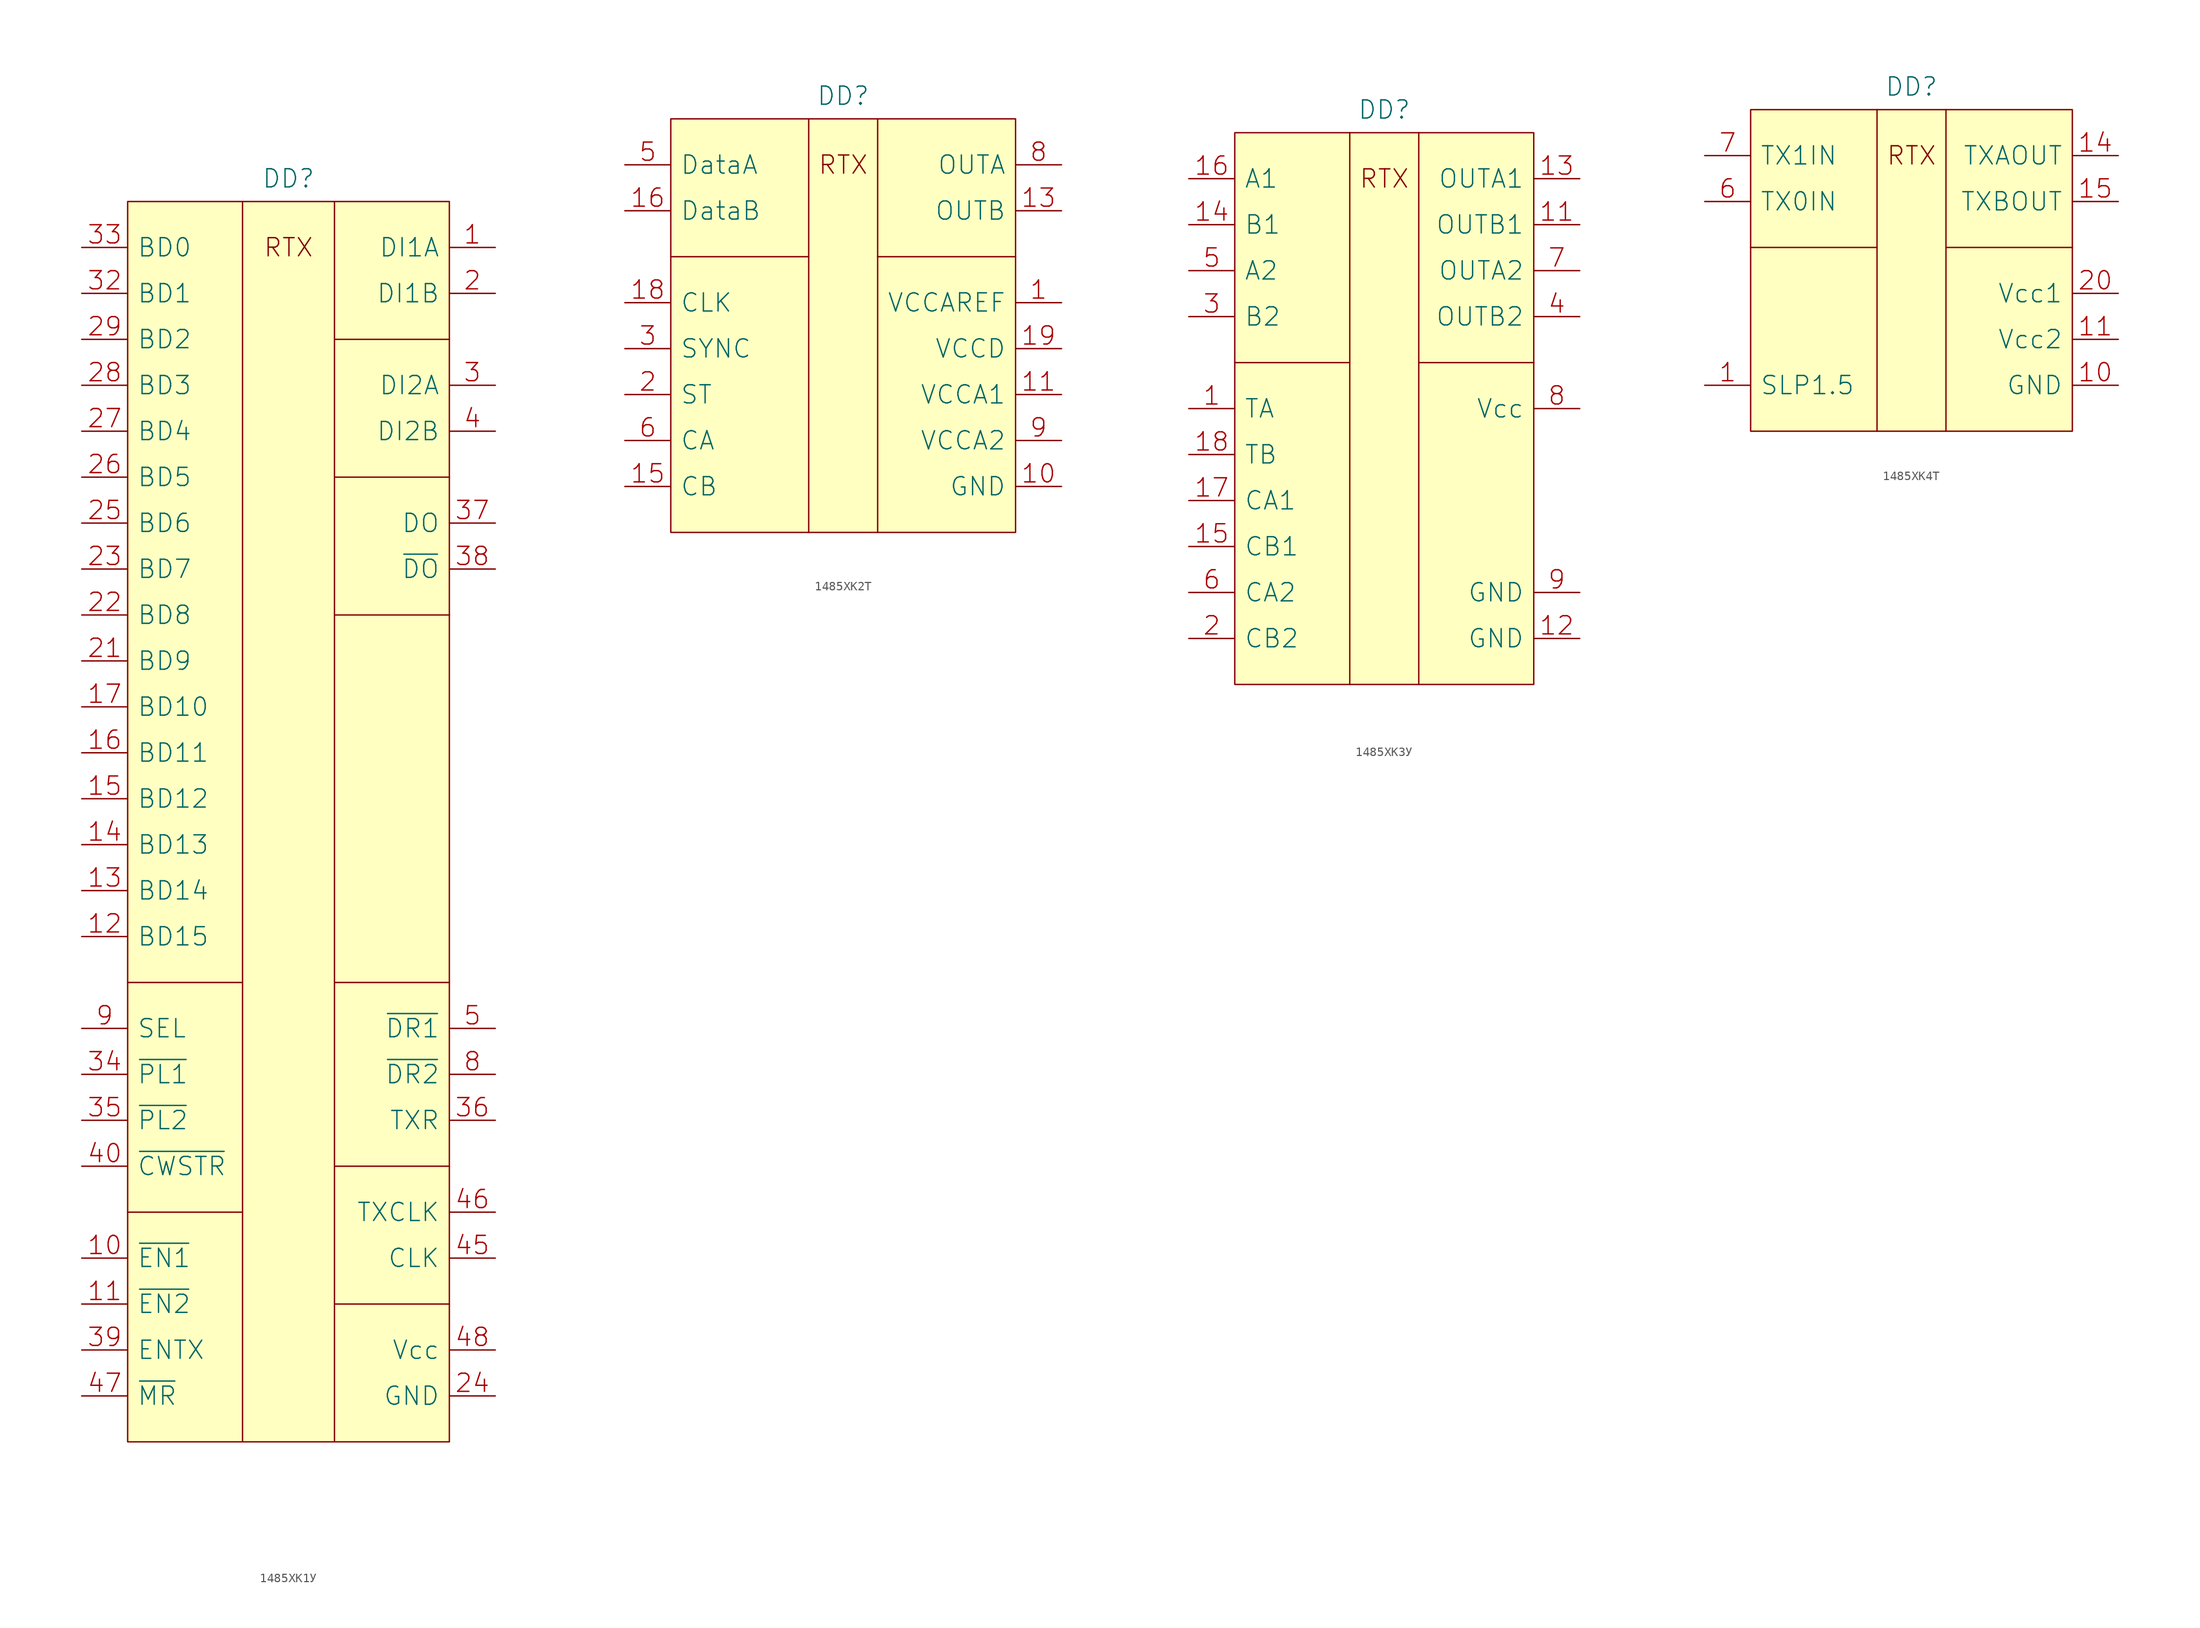
<source format=kicad_sym>
(kicad_symbol_lib
  (version 20231120)
  (generator "kicad_symbol_editor")
  (generator_version "8.0")
  (symbol "1485ХК1У"
    (pin_names
      (offset 1.016))
    (property "Reference" "DD"
      (at 0 71.12 0)
      (effects (font (size 2.007 2.007))))
    (symbol "1485ХК1У_0_0"
      (rectangle (start -17.78 68.58) (end 17.78 -68.58) (stroke (width 0) (type solid)) (fill (type background)))
      (text "RTX" (at 0 63.5 0) (effects (font (size 2.007 2.007)))))
    (symbol "1485ХК1У_0_1"
      (polyline (pts (xy -17.78 -17.78) (xy -5.08 -17.78)) (stroke (width 0) (type solid)) (fill (type none)))
      (polyline (pts (xy -5.08 -43.18) (xy -17.78 -43.18)) (stroke (width 0) (type solid)) (fill (type none)))
      (polyline (pts (xy -5.08 68.58) (xy -5.08 -68.58)) (stroke (width 0) (type solid)) (fill (type none)))
      (polyline (pts (xy 5.08 -53.34) (xy 17.78 -53.34)) (stroke (width 0) (type solid)) (fill (type none)))
      (polyline (pts (xy 5.08 68.58) (xy 5.08 -68.58)) (stroke (width 0) (type solid)) (fill (type none)))
      (polyline (pts (xy 17.78 -38.1) (xy 5.08 -38.1)) (stroke (width 0) (type solid)) (fill (type none)))
      (polyline (pts (xy 17.78 -17.78) (xy 5.08 -17.78)) (stroke (width 0) (type solid)) (fill (type none)))
      (polyline (pts (xy 17.78 22.86) (xy 5.08 22.86)) (stroke (width 0) (type solid)) (fill (type none)))
      (polyline (pts (xy 17.78 38.1) (xy 5.08 38.1)) (stroke (width 0) (type solid)) (fill (type none)))
      (polyline (pts (xy 17.78 53.34) (xy 5.08 53.34)) (stroke (width 0) (type solid)) (fill (type none))))
    (symbol "1485ХК1У_1_1"
      (pin input line (at 22.86 63.5 180) (length 5.08) (name "DI1A" (effects (font (size 2.007 2.007)))) (number "1" (effects (font (size 2.007 2.007)))))
      (pin input line (at -22.86 -48.26 0) (length 5.08) (name "~{EN1}" (effects (font (size 2.007 2.007)))) (number "10" (effects (font (size 2.007 2.007)))))
      (pin input line (at -22.86 -53.34 0) (length 5.08) (name "~{EN2}" (effects (font (size 2.007 2.007)))) (number "11" (effects (font (size 2.007 2.007)))))
      (pin bidirectional line (at -22.86 -12.7 0) (length 5.08) (name "BD15" (effects (font (size 2.007 2.007)))) (number "12" (effects (font (size 2.007 2.007)))))
      (pin bidirectional line (at -22.86 -7.62 0) (length 5.08) (name "BD14" (effects (font (size 2.007 2.007)))) (number "13" (effects (font (size 2.007 2.007)))))
      (pin bidirectional line (at -22.86 -2.54 0) (length 5.08) (name "BD13" (effects (font (size 2.007 2.007)))) (number "14" (effects (font (size 2.007 2.007)))))
      (pin bidirectional line (at -22.86 2.54 0) (length 5.08) (name "BD12" (effects (font (size 2.007 2.007)))) (number "15" (effects (font (size 2.007 2.007)))))
      (pin bidirectional line (at -22.86 7.62 0) (length 5.08) (name "BD11" (effects (font (size 2.007 2.007)))) (number "16" (effects (font (size 2.007 2.007)))))
      (pin bidirectional line (at -22.86 12.7 0) (length 5.08) (name "BD10" (effects (font (size 2.007 2.007)))) (number "17" (effects (font (size 2.007 2.007)))))
      (pin input line (at 22.86 58.42 180) (length 5.08) (name "DI1B" (effects (font (size 2.007 2.007)))) (number "2" (effects (font (size 2.007 2.007)))))
      (pin bidirectional line (at -22.86 17.78 0) (length 5.08) (name "BD9" (effects (font (size 2.007 2.007)))) (number "21" (effects (font (size 2.007 2.007)))))
      (pin bidirectional line (at -22.86 22.86 0) (length 5.08) (name "BD8" (effects (font (size 2.007 2.007)))) (number "22" (effects (font (size 2.007 2.007)))))
      (pin bidirectional line (at -22.86 27.94 0) (length 5.08) (name "BD7" (effects (font (size 2.007 2.007)))) (number "23" (effects (font (size 2.007 2.007)))))
      (pin power_in line (at 22.86 -63.5 180) (length 5.08) (name "GND" (effects (font (size 2.007 2.007)))) (number "24" (effects (font (size 2.007 2.007)))))
      (pin bidirectional line (at -22.86 33.02 0) (length 5.08) (name "BD6" (effects (font (size 2.007 2.007)))) (number "25" (effects (font (size 2.007 2.007)))))
      (pin bidirectional line (at -22.86 38.1 0) (length 5.08) (name "BD5" (effects (font (size 2.007 2.007)))) (number "26" (effects (font (size 2.007 2.007)))))
      (pin bidirectional line (at -22.86 43.18 0) (length 5.08) (name "BD4" (effects (font (size 2.007 2.007)))) (number "27" (effects (font (size 2.007 2.007)))))
      (pin bidirectional line (at -22.86 48.26 0) (length 5.08) (name "BD3" (effects (font (size 2.007 2.007)))) (number "28" (effects (font (size 2.007 2.007)))))
      (pin bidirectional line (at -22.86 53.34 0) (length 5.08) (name "BD2" (effects (font (size 2.007 2.007)))) (number "29" (effects (font (size 2.007 2.007)))))
      (pin input line (at 22.86 48.26 180) (length 5.08) (name "DI2A" (effects (font (size 2.007 2.007)))) (number "3" (effects (font (size 2.007 2.007)))))
      (pin bidirectional line (at -22.86 58.42 0) (length 5.08) (name "BD1" (effects (font (size 2.007 2.007)))) (number "32" (effects (font (size 2.007 2.007)))))
      (pin bidirectional line (at -22.86 63.5 0) (length 5.08) (name "BD0" (effects (font (size 2.007 2.007)))) (number "33" (effects (font (size 2.007 2.007)))))
      (pin input line (at -22.86 -27.94 0) (length 5.08) (name "~{PL1}" (effects (font (size 2.007 2.007)))) (number "34" (effects (font (size 2.007 2.007)))))
      (pin input line (at -22.86 -33.02 0) (length 5.08) (name "~{PL2}" (effects (font (size 2.007 2.007)))) (number "35" (effects (font (size 2.007 2.007)))))
      (pin output line (at 22.86 -33.02 180) (length 5.08) (name "TXR" (effects (font (size 2.007 2.007)))) (number "36" (effects (font (size 2.007 2.007)))))
      (pin output line (at 22.86 33.02 180) (length 5.08) (name "DO" (effects (font (size 2.007 2.007)))) (number "37" (effects (font (size 2.007 2.007)))))
      (pin output line (at 22.86 27.94 180) (length 5.08) (name "~{DO}" (effects (font (size 2.007 2.007)))) (number "38" (effects (font (size 2.007 2.007)))))
      (pin input line (at -22.86 -58.42 0) (length 5.08) (name "ENTX" (effects (font (size 2.007 2.007)))) (number "39" (effects (font (size 2.007 2.007)))))
      (pin input line (at 22.86 43.18 180) (length 5.08) (name "DI2B" (effects (font (size 2.007 2.007)))) (number "4" (effects (font (size 2.007 2.007)))))
      (pin input line (at -22.86 -38.1 0) (length 5.08) (name "~{CWSTR}" (effects (font (size 2.007 2.007)))) (number "40" (effects (font (size 2.007 2.007)))))
      (pin input line (at 22.86 -48.26 180) (length 5.08) (name "CLK" (effects (font (size 2.007 2.007)))) (number "45" (effects (font (size 2.007 2.007)))))
      (pin output line (at 22.86 -43.18 180) (length 5.08) (name "TXCLK" (effects (font (size 2.007 2.007)))) (number "46" (effects (font (size 2.007 2.007)))))
      (pin input line (at -22.86 -63.5 0) (length 5.08) (name "~{MR}" (effects (font (size 2.007 2.007)))) (number "47" (effects (font (size 2.007 2.007)))))
      (pin power_in line (at 22.86 -58.42 180) (length 5.08) (name "Vcc" (effects (font (size 2.007 2.007)))) (number "48" (effects (font (size 2.007 2.007)))))
      (pin output line (at 22.86 -22.86 180) (length 5.08) (name "~{DR1}" (effects (font (size 2.007 2.007)))) (number "5" (effects (font (size 2.007 2.007)))))
      (pin output line (at 22.86 -27.94 180) (length 5.08) (name "~{DR2}" (effects (font (size 2.007 2.007)))) (number "8" (effects (font (size 2.007 2.007)))))
      (pin input line (at -22.86 -22.86 0) (length 5.08) (name "SEL" (effects (font (size 2.007 2.007)))) (number "9" (effects (font (size 2.007 2.007)))))))
  (symbol "1485ХК2Т"
    (pin_names
      (offset 1.016))
    (property "Reference" "DD"
      (at 0 25.4 0)
      (effects (font (size 2.007 2.007))))
    (symbol "1485ХК2Т_0_0"
      (rectangle (start -19.05 22.86) (end 19.05 -22.86) (stroke (width 0) (type solid)) (fill (type background)))
      (polyline (pts (xy -3.81 7.62) (xy -19.05 7.62)) (stroke (width 0) (type solid)) (fill (type none)))
      (polyline (pts (xy -3.81 22.86) (xy -3.81 -22.86)) (stroke (width 0) (type solid)) (fill (type none)))
      (polyline (pts (xy 3.81 7.62) (xy 19.05 7.62)) (stroke (width 0) (type solid)) (fill (type none)))
      (polyline (pts (xy 3.81 22.86) (xy 3.81 -22.86)) (stroke (width 0) (type solid)) (fill (type none)))
      (text "RTX" (at 0 17.78 0) (effects (font (size 2.007 2.007)))))
    (symbol "1485ХК2Т_1_1"
      (pin power_in line (at 24.13 2.54 180) (length 5.08) (name "VCCAREF" (effects (font (size 2.007 2.007)))) (number "1" (effects (font (size 2.007 2.007)))))
      (pin power_in line (at 24.13 -17.78 180) (length 5.08) (name "GND" (effects (font (size 2.007 2.007)))) (number "10" (effects (font (size 2.007 2.007)))))
      (pin power_in line (at 24.13 -7.62 180) (length 5.08) (name "VCCA1" (effects (font (size 2.007 2.007)))) (number "11" (effects (font (size 2.007 2.007)))))
      (pin output line (at 24.13 12.7 180) (length 5.08) (name "OUTB" (effects (font (size 2.007 2.007)))) (number "13" (effects (font (size 2.007 2.007)))))
      (pin passive line (at -24.13 -17.78 0) (length 5.08) (name "CB" (effects (font (size 2.007 2.007)))) (number "15" (effects (font (size 2.007 2.007)))))
      (pin input line (at -24.13 12.7 0) (length 5.08) (name "DataB" (effects (font (size 2.007 2.007)))) (number "16" (effects (font (size 2.007 2.007)))))
      (pin input line (at -24.13 2.54 0) (length 5.08) (name "CLK" (effects (font (size 2.007 2.007)))) (number "18" (effects (font (size 2.007 2.007)))))
      (pin power_in line (at 24.13 -2.54 180) (length 5.08) (name "VCCD" (effects (font (size 2.007 2.007)))) (number "19" (effects (font (size 2.007 2.007)))))
      (pin input line (at -24.13 -7.62 0) (length 5.08) (name "ST" (effects (font (size 2.007 2.007)))) (number "2" (effects (font (size 2.007 2.007)))))
      (pin input line (at -24.13 -2.54 0) (length 5.08) (name "SYNC" (effects (font (size 2.007 2.007)))) (number "3" (effects (font (size 2.007 2.007)))))
      (pin input line (at -24.13 17.78 0) (length 5.08) (name "DataA" (effects (font (size 2.007 2.007)))) (number "5" (effects (font (size 2.007 2.007)))))
      (pin passive line (at -24.13 -12.7 0) (length 5.08) (name "CA" (effects (font (size 2.007 2.007)))) (number "6" (effects (font (size 2.007 2.007)))))
      (pin output line (at 24.13 17.78 180) (length 5.08) (name "OUTA" (effects (font (size 2.007 2.007)))) (number "8" (effects (font (size 2.007 2.007)))))
      (pin power_in line (at 24.13 -12.7 180) (length 5.08) (name "VCCA2" (effects (font (size 2.007 2.007)))) (number "9" (effects (font (size 2.007 2.007)))))))
  (symbol "1485ХК3У"
    (pin_names
      (offset 1.016))
    (property "Reference" "DD"
      (at 0 33.02 0)
      (effects (font (size 2.007 2.007))))
    (symbol "1485ХК3У_0_0"
      (rectangle (start -16.51 30.48) (end 16.51 -30.48) (stroke (width 0) (type solid)) (fill (type background)))
      (polyline (pts (xy -3.81 5.08) (xy -16.51 5.08)) (stroke (width 0) (type solid)) (fill (type none)))
      (polyline (pts (xy -3.81 30.48) (xy -3.81 -30.48)) (stroke (width 0) (type solid)) (fill (type none)))
      (polyline (pts (xy 3.81 5.08) (xy 16.51 5.08)) (stroke (width 0) (type solid)) (fill (type none)))
      (polyline (pts (xy 3.81 30.48) (xy 3.81 -30.48)) (stroke (width 0) (type solid)) (fill (type none)))
      (text "RTX" (at 0 25.4 0) (effects (font (size 2.007 2.007)))))
    (symbol "1485ХК3У_1_1"
      (pin input line (at -21.59 0 0) (length 5.08) (name "TA" (effects (font (size 2.007 2.007)))) (number "1" (effects (font (size 2.007 2.007)))))
      (pin output line (at 21.59 20.32 180) (length 5.08) (name "OUTB1" (effects (font (size 2.007 2.007)))) (number "11" (effects (font (size 2.007 2.007)))))
      (pin power_in line (at 21.59 -25.4 180) (length 5.08) (name "GND" (effects (font (size 2.007 2.007)))) (number "12" (effects (font (size 2.007 2.007)))))
      (pin output line (at 21.59 25.4 180) (length 5.08) (name "OUTA1" (effects (font (size 2.007 2.007)))) (number "13" (effects (font (size 2.007 2.007)))))
      (pin input line (at -21.59 20.32 0) (length 5.08) (name "B1" (effects (font (size 2.007 2.007)))) (number "14" (effects (font (size 2.007 2.007)))))
      (pin passive line (at -21.59 -15.24 0) (length 5.08) (name "CB1" (effects (font (size 2.007 2.007)))) (number "15" (effects (font (size 2.007 2.007)))))
      (pin input line (at -21.59 25.4 0) (length 5.08) (name "A1" (effects (font (size 2.007 2.007)))) (number "16" (effects (font (size 2.007 2.007)))))
      (pin passive line (at -21.59 -10.16 0) (length 5.08) (name "CA1" (effects (font (size 2.007 2.007)))) (number "17" (effects (font (size 2.007 2.007)))))
      (pin input line (at -21.59 -5.08 0) (length 5.08) (name "TB" (effects (font (size 2.007 2.007)))) (number "18" (effects (font (size 2.007 2.007)))))
      (pin passive line (at -21.59 -25.4 0) (length 5.08) (name "CB2" (effects (font (size 2.007 2.007)))) (number "2" (effects (font (size 2.007 2.007)))))
      (pin input line (at -21.59 10.16 0) (length 5.08) (name "B2" (effects (font (size 2.007 2.007)))) (number "3" (effects (font (size 2.007 2.007)))))
      (pin output line (at 21.59 10.16 180) (length 5.08) (name "OUTB2" (effects (font (size 2.007 2.007)))) (number "4" (effects (font (size 2.007 2.007)))))
      (pin input line (at -21.59 15.24 0) (length 5.08) (name "A2" (effects (font (size 2.007 2.007)))) (number "5" (effects (font (size 2.007 2.007)))))
      (pin passive line (at -21.59 -20.32 0) (length 5.08) (name "CA2" (effects (font (size 2.007 2.007)))) (number "6" (effects (font (size 2.007 2.007)))))
      (pin output line (at 21.59 15.24 180) (length 5.08) (name "OUTA2" (effects (font (size 2.007 2.007)))) (number "7" (effects (font (size 2.007 2.007)))))
      (pin power_in line (at 21.59 0 180) (length 5.08) (name "Vcc" (effects (font (size 2.007 2.007)))) (number "8" (effects (font (size 2.007 2.007)))))
      (pin power_in line (at 21.59 -20.32 180) (length 5.08) (name "GND" (effects (font (size 2.007 2.007)))) (number "9" (effects (font (size 2.007 2.007)))))))
  (symbol "1485ХК4Т"
    (pin_names
      (offset 1.016))
    (property "Reference" "DD"
      (at 0 20.32 0)
      (effects (font (size 2.007 2.007))))
    (symbol "1485ХК4Т_0_0"
      (rectangle (start -17.78 17.78) (end 17.78 -17.78) (stroke (width 0) (type solid)) (fill (type background)))
      (polyline (pts (xy -3.81 2.54) (xy -17.78 2.54)) (stroke (width 0) (type solid)) (fill (type none)))
      (polyline (pts (xy -3.81 17.78) (xy -3.81 -17.78)) (stroke (width 0) (type solid)) (fill (type none)))
      (polyline (pts (xy 3.81 2.54) (xy 17.78 2.54)) (stroke (width 0) (type solid)) (fill (type none)))
      (polyline (pts (xy 3.81 17.78) (xy 3.81 -17.78)) (stroke (width 0) (type solid)) (fill (type none)))
      (text "RTX" (at 0 12.7 0) (effects (font (size 2.007 2.007)))))
    (symbol "1485ХК4Т_1_1"
      (pin input line (at -22.86 -12.7 0) (length 5.08) (name "SLP1.5" (effects (font (size 2.007 2.007)))) (number "1" (effects (font (size 2.007 2.007)))))
      (pin power_in line (at 22.86 -12.7 180) (length 5.08) (name "GND" (effects (font (size 2.007 2.007)))) (number "10" (effects (font (size 2.007 2.007)))))
      (pin power_in line (at 22.86 -7.62 180) (length 5.08) (name "Vcc2" (effects (font (size 2.007 2.007)))) (number "11" (effects (font (size 2.007 2.007)))))
      (pin output line (at 22.86 12.7 180) (length 5.08) (name "TXAOUT" (effects (font (size 2.007 2.007)))) (number "14" (effects (font (size 2.007 2.007)))))
      (pin output line (at 22.86 7.62 180) (length 5.08) (name "TXBOUT" (effects (font (size 2.007 2.007)))) (number "15" (effects (font (size 2.007 2.007)))))
      (pin power_in line (at 22.86 -2.54 180) (length 5.08) (name "Vcc1" (effects (font (size 2.007 2.007)))) (number "20" (effects (font (size 2.007 2.007)))))
      (pin input line (at -22.86 7.62 0) (length 5.08) (name "TX0IN" (effects (font (size 2.007 2.007)))) (number "6" (effects (font (size 2.007 2.007)))))
      (pin input line (at -22.86 12.7 0) (length 5.08) (name "TX1IN" (effects (font (size 2.007 2.007)))) (number "7" (effects (font (size 2.007 2.007))))))))
</source>
